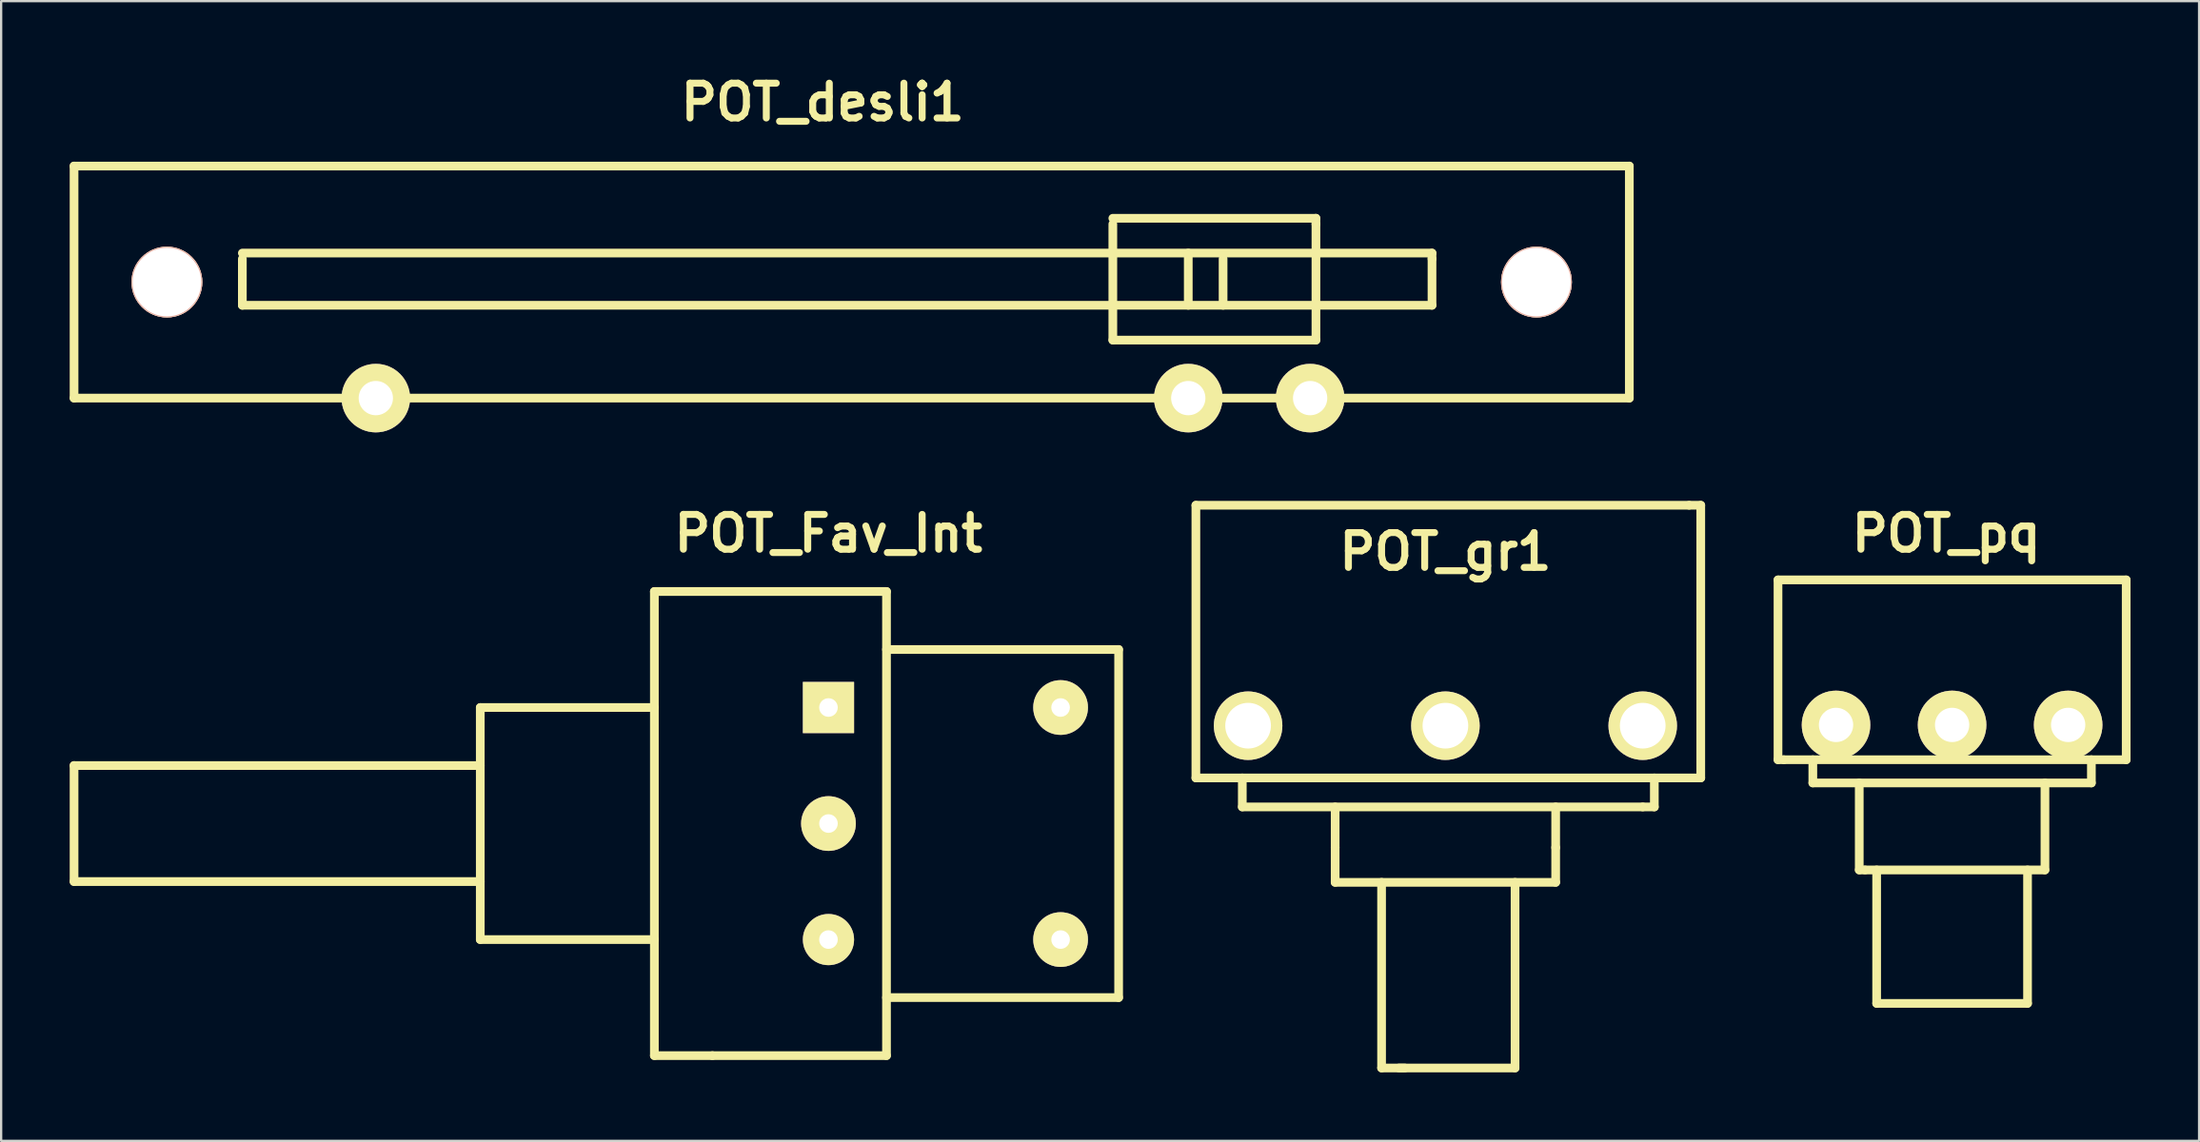
<source format=kicad_pcb>
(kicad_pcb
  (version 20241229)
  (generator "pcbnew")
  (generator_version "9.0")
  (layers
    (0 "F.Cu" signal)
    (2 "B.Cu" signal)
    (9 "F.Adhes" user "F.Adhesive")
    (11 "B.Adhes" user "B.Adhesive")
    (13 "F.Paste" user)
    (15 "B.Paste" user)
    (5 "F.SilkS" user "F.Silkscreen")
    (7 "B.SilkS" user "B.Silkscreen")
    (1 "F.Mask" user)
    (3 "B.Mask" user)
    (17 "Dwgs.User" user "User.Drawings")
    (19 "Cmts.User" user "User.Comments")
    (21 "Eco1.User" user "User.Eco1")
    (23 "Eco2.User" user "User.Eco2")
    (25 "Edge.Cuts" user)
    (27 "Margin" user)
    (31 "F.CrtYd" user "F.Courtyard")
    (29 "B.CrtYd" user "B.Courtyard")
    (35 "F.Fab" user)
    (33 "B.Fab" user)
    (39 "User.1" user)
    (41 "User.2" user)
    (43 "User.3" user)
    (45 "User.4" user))
  (footprint "POT_Fav_Int"
    (layer "F.Cu")
    (at 28.131 33.007)
    (property "Reference" "POT_Fav_Int" (at 5.08 -12.7 0) (layer "F.SilkS") (effects (font (size 1.524 1.524) (thickness 0.305))))
    (attr through_hole)
    (fp_line (start -27.94 -2.54) (end -27.94 2.54) (stroke (width 0.381) (type solid)) (layer "F.SilkS"))
    (fp_line (start -27.94 2.54) (end -10.16 2.54) (stroke (width 0.381) (type solid)) (layer "F.SilkS"))
    (fp_line (start -10.16 -5.08) (end -10.16 5.08) (stroke (width 0.381) (type solid)) (layer "F.SilkS"))
    (fp_line (start -10.16 -2.54) (end -27.94 -2.54) (stroke (width 0.381) (type solid)) (layer "F.SilkS"))
    (fp_line (start -10.16 5.08) (end -2.54 5.08) (stroke (width 0.381) (type solid)) (layer "F.SilkS"))
    (fp_line (start -2.54 -10.16) (end 7.62 -10.16) (stroke (width 0.381) (type solid)) (layer "F.SilkS"))
    (fp_line (start -2.54 -5.08) (end -10.16 -5.08) (stroke (width 0.381) (type solid)) (layer "F.SilkS"))
    (fp_line (start -2.54 10.16) (end -2.54 -10.16) (stroke (width 0.381) (type solid)) (layer "F.SilkS"))
    (fp_line (start 0 10.16) (end -2.54 10.16) (stroke (width 0.381) (type solid)) (layer "F.SilkS"))
    (fp_line (start 7.62 -10.16) (end 7.62 10.16) (stroke (width 0.381) (type solid)) (layer "F.SilkS"))
    (fp_line (start 7.62 -7.62) (end 17.78 -7.62) (stroke (width 0.381) (type solid)) (layer "F.SilkS"))
    (fp_line (start 7.62 10.16) (end 0 10.16) (stroke (width 0.381) (type solid)) (layer "F.SilkS"))
    (fp_line (start 17.78 -7.62) (end 17.78 7.62) (stroke (width 0.381) (type solid)) (layer "F.SilkS"))
    (fp_line (start 17.78 7.62) (end 7.62 7.62) (stroke (width 0.381) (type solid)) (layer "F.SilkS"))
    (pad "1" thru_hole rect (at 5.08 -5.08) (size 2.24 2.24) (drill 0.813) (layers "*.Cu" "*.Mask" "F.SilkS"))
    (pad "2" thru_hole circle (at 5.08 0) (size 2.395 2.395) (drill 0.813) (layers "*.Cu" "*.Mask" "F.SilkS"))
    (pad "3" thru_hole circle (at 5.08 5.08) (size 2.24 2.24) (drill 0.813) (layers "*.Cu" "*.Mask" "F.SilkS"))
    (pad "4" thru_hole circle (at 15.24 5.08) (size 2.395 2.395) (drill 0.813) (layers "*.Cu" "*.Mask" "F.SilkS"))
    (pad "5" thru_hole circle (at 15.24 -5.08) (size 2.395 2.395) (drill 0.813) (layers "*.Cu" "*.Mask" "F.SilkS")))
  (footprint "POT_gr1"
    (layer "F.Cu")
    (at 60.214 27.453)
    (property "Reference" "POT_gr1" (at 0 -6.35 0) (layer "F.SilkS") (effects (font (size 1.524 1.524) (thickness 0.305))))
    (attr through_hole)
    (fp_line (start -10.922 -8.382) (end 10.668 -8.382) (stroke (width 0.381) (type solid)) (layer "F.SilkS"))
    (fp_line (start -10.922 3.556) (end -10.922 -8.382) (stroke (width 0.381) (type solid)) (layer "F.SilkS"))
    (fp_line (start -8.89 3.556) (end -8.89 4.826) (stroke (width 0.381) (type solid)) (layer "F.SilkS"))
    (fp_line (start -8.89 4.826) (end 8.636 4.826) (stroke (width 0.381) (type solid)) (layer "F.SilkS"))
    (fp_line (start -4.826 6.604) (end -4.826 4.826) (stroke (width 0.381) (type solid)) (layer "F.SilkS"))
    (fp_line (start -4.826 6.604) (end -4.826 8.128) (stroke (width 0.381) (type solid)) (layer "F.SilkS"))
    (fp_line (start -4.826 8.128) (end 4.826 8.128) (stroke (width 0.381) (type solid)) (layer "F.SilkS"))
    (fp_line (start -2.794 16.256) (end -2.794 8.128) (stroke (width 0.381) (type solid)) (layer "F.SilkS"))
    (fp_line (start -2.032 16.256) (end 3.048 16.256) (stroke (width 0.381) (type solid)) (layer "F.SilkS"))
    (fp_line (start -1.778 16.256) (end -2.794 16.256) (stroke (width 0.381) (type solid)) (layer "F.SilkS"))
    (fp_line (start 3.048 16.256) (end 3.048 8.128) (stroke (width 0.381) (type solid)) (layer "F.SilkS"))
    (fp_line (start 4.826 6.604) (end 4.826 4.826) (stroke (width 0.381) (type solid)) (layer "F.SilkS"))
    (fp_line (start 4.826 8.128) (end 4.826 6.604) (stroke (width 0.381) (type solid)) (layer "F.SilkS"))
    (fp_line (start 8.636 4.826) (end 9.144 4.826) (stroke (width 0.381) (type solid)) (layer "F.SilkS"))
    (fp_line (start 9.144 4.826) (end 9.144 3.556) (stroke (width 0.381) (type solid)) (layer "F.SilkS"))
    (fp_line (start 10.668 -8.382) (end 11.176 -8.382) (stroke (width 0.381) (type solid)) (layer "F.SilkS"))
    (fp_line (start 11.176 -8.382) (end 11.176 3.556) (stroke (width 0.381) (type solid)) (layer "F.SilkS"))
    (fp_line (start 11.176 3.556) (end -10.922 3.556) (stroke (width 0.381) (type solid)) (layer "F.SilkS"))
    (pad "1" thru_hole circle (at -8.636 1.27) (size 3 3) (drill 1.999) (layers "*.Cu" "*.Mask" "F.SilkS"))
    (pad "2" thru_hole circle (at 0 1.27) (size 3 3) (drill 1.999) (layers "*.Cu" "*.Mask" "F.SilkS"))
    (pad "3" thru_hole circle (at 8.636 1.27) (size 3 3) (drill 1.999) (layers "*.Cu" "*.Mask" "F.SilkS")))
  (footprint "POT_pq"
    (layer "F.Cu")
    (at 82.391 26.911)
    (property "Reference" "POT_pq" (at -0.254 -6.604 0) (layer "F.SilkS") (effects (font (size 1.524 1.524) (thickness 0.305))))
    (attr through_hole)
    (fp_line (start -7.62 3.302) (end -7.62 -4.572) (stroke (width 0.381) (type solid)) (layer "F.SilkS"))
    (fp_line (start -7.366 3.302) (end -7.62 3.302) (stroke (width 0.381) (type solid)) (layer "F.SilkS"))
    (fp_line (start -6.096 3.302) (end -6.096 4.318) (stroke (width 0.381) (type solid)) (layer "F.SilkS"))
    (fp_line (start -6.096 4.318) (end 6.096 4.318) (stroke (width 0.381) (type solid)) (layer "F.SilkS"))
    (fp_line (start -4.064 8.128) (end -4.064 4.318) (stroke (width 0.381) (type solid)) (layer "F.SilkS"))
    (fp_line (start -3.81 8.128) (end -4.064 8.128) (stroke (width 0.381) (type solid)) (layer "F.SilkS"))
    (fp_line (start -3.81 8.128) (end 4.064 8.128) (stroke (width 0.381) (type solid)) (layer "F.SilkS"))
    (fp_line (start -3.302 8.128) (end -3.302 13.97) (stroke (width 0.381) (type solid)) (layer "F.SilkS"))
    (fp_line (start -3.302 13.97) (end 3.302 13.97) (stroke (width 0.381) (type solid)) (layer "F.SilkS"))
    (fp_line (start 3.302 13.97) (end 3.302 8.128) (stroke (width 0.381) (type solid)) (layer "F.SilkS"))
    (fp_line (start 4.064 8.128) (end 4.064 4.318) (stroke (width 0.381) (type solid)) (layer "F.SilkS"))
    (fp_line (start 6.096 4.318) (end 6.096 3.302) (stroke (width 0.381) (type solid)) (layer "F.SilkS"))
    (fp_line (start 7.62 -4.572) (end -7.62 -4.572) (stroke (width 0.381) (type solid)) (layer "F.SilkS"))
    (fp_line (start 7.62 3.302) (end -7.366 3.302) (stroke (width 0.381) (type solid)) (layer "F.SilkS"))
    (fp_line (start 7.62 3.302) (end 7.62 -4.572) (stroke (width 0.381) (type solid)) (layer "F.SilkS"))
    (pad "1" thru_hole circle (at -5.08 1.778) (size 3 3) (drill 1.501) (layers "*.Cu" "*.Mask" "F.SilkS"))
    (pad "2" thru_hole circle (at 0 1.778) (size 3 3) (drill 1.501) (layers "*.Cu" "*.Mask" "F.SilkS"))
    (pad "3" thru_hole circle (at 5.08 1.778) (size 3 3) (drill 1.501) (layers "*.Cu" "*.Mask" "F.SilkS")))
  (footprint "POT_desli1"
    (layer "F.Cu")
    (at 34.227 9.046)
    (property "Reference" "POT_desli1" (at -1.27 -7.62 0) (layer "F.SilkS") (effects (font (size 1.524 1.524) (thickness 0.305))))
    (attr through_hole)
    (fp_line (start -34.036 -4.826) (end 34.036 -4.826) (stroke (width 0.381) (type solid)) (layer "F.SilkS"))
    (fp_line (start -34.036 5.334) (end -34.036 -4.826) (stroke (width 0.381) (type solid)) (layer "F.SilkS"))
    (fp_line (start -26.67 -0.762) (end -26.67 1.27) (stroke (width 0.381) (type solid)) (layer "F.SilkS"))
    (fp_line (start -26.67 1.27) (end 25.4 1.27) (stroke (width 0.381) (type solid)) (layer "F.SilkS"))
    (fp_line (start 11.43 -2.286) (end 11.43 2.794) (stroke (width 0.381) (type solid)) (layer "F.SilkS"))
    (fp_line (start 11.43 2.794) (end 20.32 2.794) (stroke (width 0.381) (type solid)) (layer "F.SilkS"))
    (fp_line (start 14.732 -1.016) (end 14.732 1.27) (stroke (width 0.381) (type solid)) (layer "F.SilkS"))
    (fp_line (start 16.256 -0.762) (end 16.256 1.27) (stroke (width 0.381) (type solid)) (layer "F.SilkS"))
    (fp_line (start 20.32 -2.54) (end 11.43 -2.54) (stroke (width 0.381) (type solid)) (layer "F.SilkS"))
    (fp_line (start 20.32 -2.286) (end 20.32 -2.54) (stroke (width 0.381) (type solid)) (layer "F.SilkS"))
    (fp_line (start 20.32 2.794) (end 20.32 -2.286) (stroke (width 0.381) (type solid)) (layer "F.SilkS"))
    (fp_line (start 25.4 -1.016) (end -26.67 -1.016) (stroke (width 0.381) (type solid)) (layer "F.SilkS"))
    (fp_line (start 25.4 -0.762) (end 25.4 -1.016) (stroke (width 0.381) (type solid)) (layer "F.SilkS"))
    (fp_line (start 25.4 1.27) (end 25.4 -0.762) (stroke (width 0.381) (type solid)) (layer "F.SilkS"))
    (fp_line (start 34.036 -4.826) (end 34.036 5.334) (stroke (width 0.381) (type solid)) (layer "F.SilkS"))
    (fp_line (start 34.036 5.334) (end -34.036 5.334) (stroke (width 0.381) (type solid)) (layer "F.SilkS"))
    (pad "" np_thru_hole circle (at -29.972 0.254) (size 3.099 3.099) (drill 3) (layers "*.Cu" "*.SilkS" "*.Mask"))
    (pad "1" thru_hole circle (at -20.828 5.334) (size 3 3) (drill 1.501) (layers "*.Cu" "*.Mask" "F.SilkS"))
    (pad "2" thru_hole circle (at 14.732 5.334) (size 3 3) (drill 1.501) (layers "*.Cu" "*.Mask" "F.SilkS"))
    (pad "3" thru_hole circle (at 20.066 5.334) (size 3 3) (drill 1.501) (layers "*.Cu" "*.Mask" "F.SilkS"))
    (pad "B" thru_hole circle (at 29.972 0.254) (size 3.099 3.099) (drill 3) (layers "*.Cu" "*.SilkS" "*.Mask")))
  (gr_rect
    (start -3 -3)
    (end 93.201 46.899)
    (stroke (width 0.1) (type default))
    (fill no)
    (layer "Edge.Cuts")))
</source>
